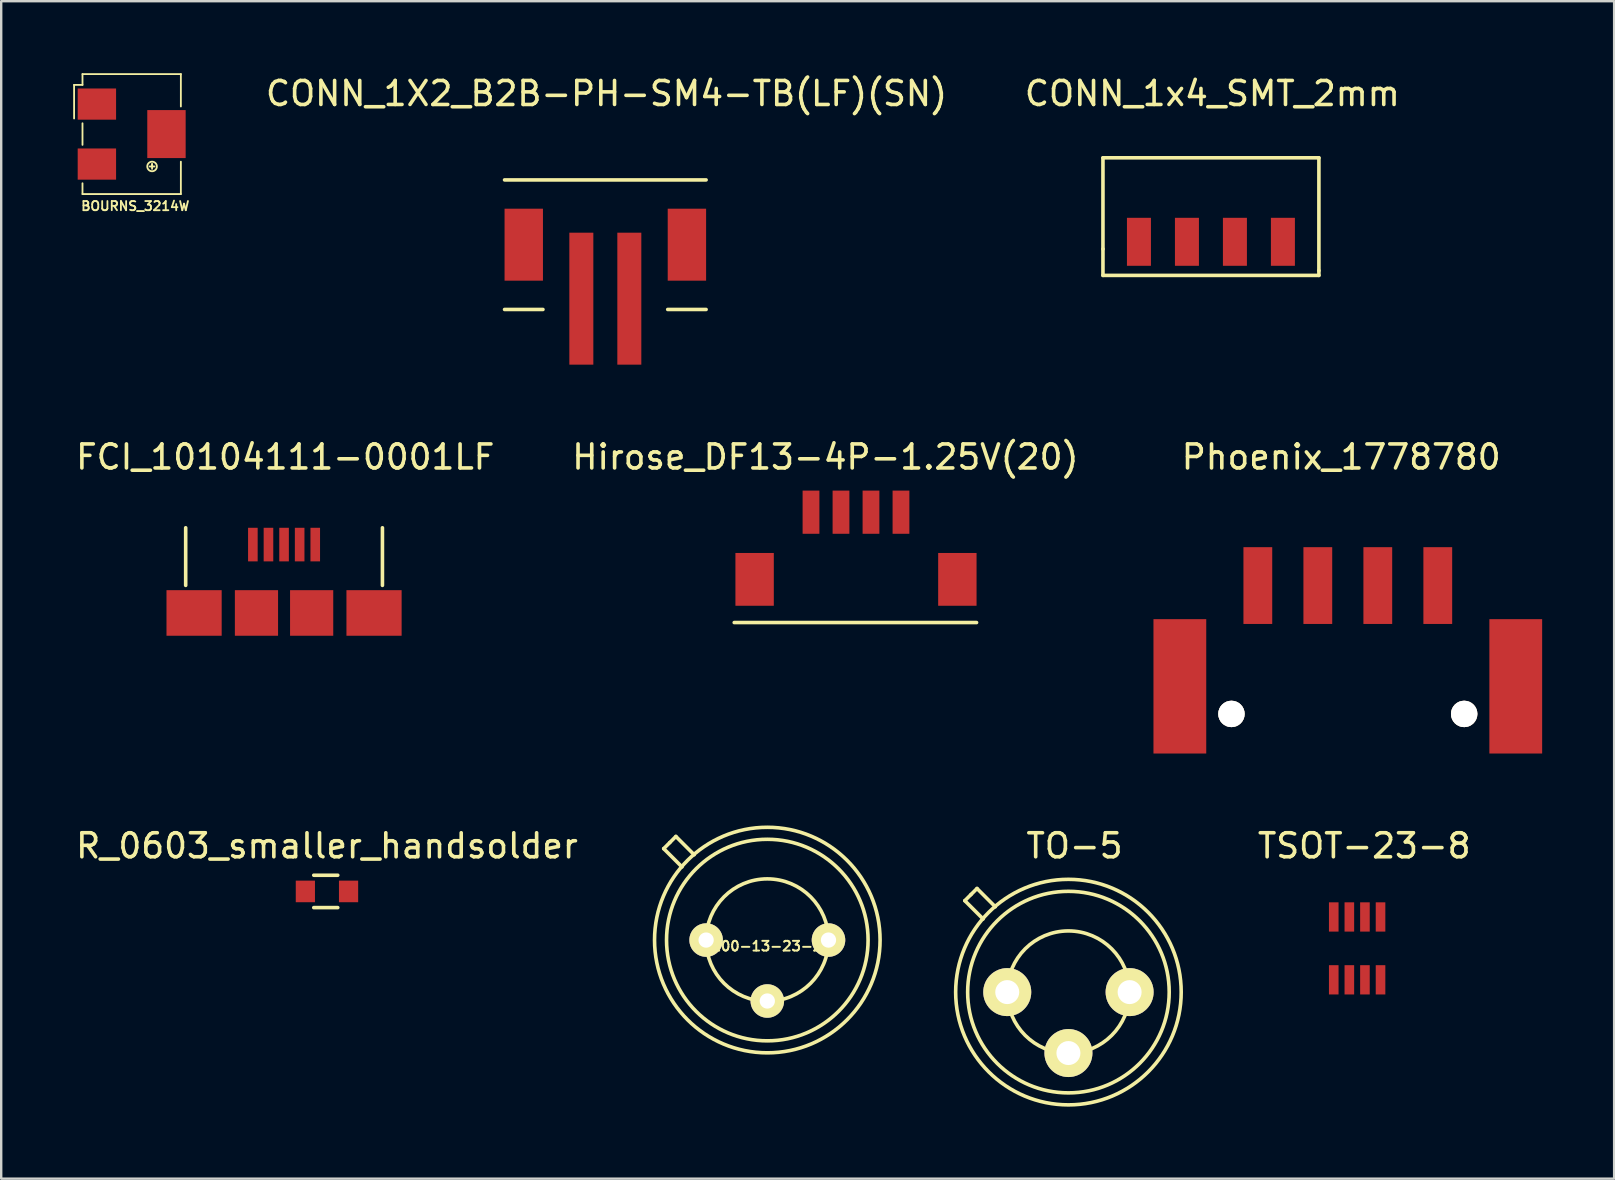
<source format=kicad_pcb>
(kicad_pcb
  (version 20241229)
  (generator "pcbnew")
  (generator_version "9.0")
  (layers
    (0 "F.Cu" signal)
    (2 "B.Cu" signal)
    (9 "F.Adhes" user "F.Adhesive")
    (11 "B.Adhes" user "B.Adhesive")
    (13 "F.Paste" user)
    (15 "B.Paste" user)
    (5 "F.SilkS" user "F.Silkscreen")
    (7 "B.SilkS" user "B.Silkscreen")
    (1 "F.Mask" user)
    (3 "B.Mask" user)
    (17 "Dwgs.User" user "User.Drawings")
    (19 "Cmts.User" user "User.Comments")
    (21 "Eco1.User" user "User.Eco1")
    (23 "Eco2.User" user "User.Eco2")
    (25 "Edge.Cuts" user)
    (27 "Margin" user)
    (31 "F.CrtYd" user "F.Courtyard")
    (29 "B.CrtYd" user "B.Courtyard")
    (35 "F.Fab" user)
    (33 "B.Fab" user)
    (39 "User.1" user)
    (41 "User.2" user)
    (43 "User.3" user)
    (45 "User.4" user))
  (footprint "CONN_1X2_B2B-PH-SM4-TB(LF)(SN)"
    (layer "F.Cu")
    (at 18.779 3.348)
    (property "Reference" "CONN_1X2_B2B-PH-SM4-TB(LF)(SN)" (at 3.45 -2.5 0) (layer "F.SilkS") (effects (font (size 1 1) (thickness 0.15))))
    (attr through_hole)
    (fp_line (start -0.8 1.1) (end 7.6 1.1) (stroke (width 0.15) (type solid)) (layer "F.SilkS"))
    (fp_line (start -0.8 6.5) (end 0.8 6.5) (stroke (width 0.15) (type solid)) (layer "F.SilkS"))
    (fp_line (start 6 6.5) (end 7.6 6.5) (stroke (width 0.15) (type solid)) (layer "F.SilkS"))
    (pad "" smd rect (at 0 3.8) (size 1.6 3) (layers "F.Cu" "F.Mask" "F.Paste"))
    (pad "" smd rect (at 6.8 3.8) (size 1.6 3) (layers "F.Cu" "F.Mask" "F.Paste"))
    (pad "1" smd rect (at 2.4 6.05) (size 1 5.5) (layers "F.Cu" "F.Mask" "F.Paste"))
    (pad "2" smd rect (at 4.4 6.05) (size 1 5.5) (layers "F.Cu" "F.Mask" "F.Paste")))
  (footprint "Hirose_DF13-4P-1.25V(20)"
    (layer "F.Cu")
    (at 30.751 16.297)
    (property "Reference" "Hirose_DF13-4P-1.25V(20)" (at 0.6 -0.3 0) (layer "F.SilkS") (effects (font (size 1 1) (thickness 0.15))))
    (attr through_hole)
    (fp_line (start -3.2 6.6) (end 6.9 6.6) (stroke (width 0.15) (type solid)) (layer "F.SilkS"))
    (pad "" smd rect (at -2.35 4.8) (size 1.6 2.2) (layers "F.Cu" "F.Mask" "F.Paste"))
    (pad "" smd rect (at 6.1 4.8) (size 1.6 2.2) (layers "F.Cu" "F.Mask" "F.Paste"))
    (pad "1" smd rect (at 0 2) (size 0.7 1.8) (layers "F.Cu" "F.Mask" "F.Paste"))
    (pad "2" smd rect (at 1.25 2) (size 0.7 1.8) (layers "F.Cu" "F.Mask" "F.Paste"))
    (pad "3" smd rect (at 2.5 2) (size 0.7 1.8) (layers "F.Cu" "F.Mask" "F.Paste"))
    (pad "4" smd rect (at 3.75 2) (size 0.7 1.8) (layers "F.Cu" "F.Mask" "F.Paste")))
  (footprint "TO-5"
    (layer "F.Cu")
    (at 41.48 38.299)
    (property "Reference" "TO-5" (at 0.254 -6.096 0) (layer "F.SilkS") (effects (font (size 1 1) (thickness 0.15))))
    (attr through_hole)
    (fp_line (start -4.318 -3.81) (end -3.556 -3.048) (stroke (width 0.15) (type solid)) (layer "F.SilkS"))
    (fp_line (start -4.064 -4.064) (end -4.318 -3.81) (stroke (width 0.15) (type solid)) (layer "F.SilkS"))
    (fp_line (start -4.064 -4.064) (end -3.81 -4.318) (stroke (width 0.15) (type solid)) (layer "F.SilkS"))
    (fp_line (start -3.81 -4.318) (end -3.048 -3.556) (stroke (width 0.15) (type solid)) (layer "F.SilkS"))
    (fp_circle (center 0 0) (end 2.55 0) (stroke (width 0.15) (type solid)) (fill no) (layer "F.SilkS"))
    (fp_circle (center 0 0) (end 4.2 0) (stroke (width 0.15) (type solid)) (fill no) (layer "F.SilkS"))
    (fp_circle (center 0 0) (end 4.7 0) (stroke (width 0.15) (type solid)) (fill no) (layer "F.SilkS"))
    (pad "1" thru_hole circle (at -2.55 0) (size 2 2) (drill 1) (layers "*.Cu" "*.Mask" "F.SilkS"))
    (pad "2" thru_hole circle (at 0 2.54) (size 2 2) (drill 1) (layers "*.Cu" "*.Mask" "F.SilkS"))
    (pad "3" thru_hole circle (at 2.55 0) (size 2 2) (drill 1) (layers "*.Cu" "*.Mask" "F.SilkS")))
  (footprint "R_0603_smaller_handsolder"
    (layer "F.Cu")
    (at 10.577 34.103)
    (property "Reference" "R_0603_smaller_handsolder" (at 0 -1.9 0) (layer "F.SilkS") (effects (font (size 1 1) (thickness 0.15))))
    (attr smd)
    (fp_line (start -0.55 -0.675) (end 0.45 -0.675) (stroke (width 0.15) (type solid)) (layer "F.SilkS"))
    (fp_line (start 0.45 0.675) (end -0.55 0.675) (stroke (width 0.15) (type solid)) (layer "F.SilkS"))
    (pad "1" smd rect (at -0.9 0) (size 0.8 0.9) (layers "F.Cu" "F.Mask" "F.Paste"))
    (pad "2" smd rect (at 0.9 0) (size 0.8 0.9) (layers "F.Cu" "F.Mask" "F.Paste")))
  (footprint "Phoenix_1778780"
    (layer "F.Cu")
    (at 46.124 18.555)
    (property "Reference" "Phoenix_1778780" (at 6.725 -2.558 0) (layer "F.SilkS") (effects (font (size 1 1) (thickness 0.15))))
    (attr through_hole)
    (pad "" smd rect (at 0 7) (size 2.2 5.6) (layers "F.Cu" "F.Mask" "F.Paste"))
    (pad "" thru_hole circle (at 2.15 8.15) (size 1.1 1.1) (drill 1.1) (layers "*.Cu" "*.Mask" "F.SilkS"))
    (pad "" thru_hole circle (at 11.85 8.15) (size 1.1 1.1) (drill 1.1) (layers "*.Cu" "*.Mask" "F.SilkS"))
    (pad "" smd rect (at 14 7) (size 2.2 5.6) (layers "F.Cu" "F.Mask" "F.Paste"))
    (pad "1" smd rect (at 10.75 2.8) (size 1.2 3.2) (layers "F.Cu" "F.Mask" "F.Paste"))
    (pad "2" smd rect (at 8.25 2.8) (size 1.2 3.2) (layers "F.Cu" "F.Mask" "F.Paste"))
    (pad "3" smd rect (at 5.75 2.8) (size 1.2 3.2) (layers "F.Cu" "F.Mask" "F.Paste"))
    (pad "4" smd rect (at 3.25 2.8) (size 1.2 3.2) (layers "F.Cu" "F.Mask" "F.Paste")))
  (footprint "SD100-13-23-222"
    (layer "F.Cu")
    (at 28.93 36.13)
    (property "Reference" "SD100-13-23-222" (at -0.025 0.254 0) (layer "F.SilkS") (effects (font (size 0.406 0.406) (thickness 0.081))))
    (attr through_hole)
    (fp_line (start -4.318 -3.81) (end -3.556 -3.048) (stroke (width 0.15) (type solid)) (layer "F.SilkS"))
    (fp_line (start -4.064 -4.064) (end -4.318 -3.81) (stroke (width 0.15) (type solid)) (layer "F.SilkS"))
    (fp_line (start -4.064 -4.064) (end -3.81 -4.318) (stroke (width 0.15) (type solid)) (layer "F.SilkS"))
    (fp_line (start -3.81 -4.318) (end -3.048 -3.556) (stroke (width 0.15) (type solid)) (layer "F.SilkS"))
    (fp_circle (center 0 0) (end 2.55 0) (stroke (width 0.15) (type solid)) (fill no) (layer "F.SilkS"))
    (fp_circle (center 0 0) (end 4.2 0) (stroke (width 0.15) (type solid)) (fill no) (layer "F.SilkS"))
    (fp_circle (center 0 0) (end 4.7 0) (stroke (width 0.15) (type solid)) (fill no) (layer "F.SilkS"))
    (pad "1" thru_hole circle (at -2.55 0) (size 1.397 1.397) (drill 0.635) (layers "*.Cu" "*.Mask" "F.SilkS"))
    (pad "2" thru_hole circle (at 0 2.54) (size 1.397 1.397) (drill 0.635) (layers "*.Cu" "*.Mask" "F.SilkS"))
    (pad "3" thru_hole circle (at 2.55 0) (size 1.397 1.397) (drill 0.635) (layers "*.Cu" "*.Mask" "F.SilkS")))
  (footprint "TSOT-23-8"
    (layer "F.Cu")
    (at 52.338 34.557)
    (property "Reference" "TSOT-23-8" (at 1.471 -2.354 0) (layer "F.SilkS") (effects (font (size 1 1) (thickness 0.15))))
    (attr through_hole)
    (pad "1" smd rect (at 0.2 3.23) (size 0.4 1.22) (layers "F.Cu" "F.Mask" "F.Paste"))
    (pad "2" smd rect (at 0.85 3.23) (size 0.4 1.22) (layers "F.Cu" "F.Mask" "F.Paste"))
    (pad "3" smd rect (at 1.5 3.23) (size 0.4 1.22) (layers "F.Cu" "F.Mask" "F.Paste"))
    (pad "4" smd rect (at 2.15 3.23) (size 0.4 1.22) (layers "F.Cu" "F.Mask" "F.Paste"))
    (pad "5" smd rect (at 2.15 0.61) (size 0.4 1.22) (layers "F.Cu" "F.Mask" "F.Paste"))
    (pad "6" smd rect (at 1.5 0.61) (size 0.4 1.22) (layers "F.Cu" "F.Mask" "F.Paste"))
    (pad "7" smd rect (at 0.85 0.61) (size 0.4 1.22) (layers "F.Cu" "F.Mask" "F.Paste"))
    (pad "8" smd rect (at 0.2 0.61) (size 0.4 1.22) (layers "F.Cu" "F.Mask" "F.Paste")))
  (footprint "FCI_10104111-0001LF"
    (layer "F.Cu")
    (at 8.789 18.947)
    (property "Reference" "FCI_10104111-0001LF" (at 0.05 -2.95 0) (layer "F.SilkS") (effects (font (size 1 1) (thickness 0.15))))
    (attr through_hole)
    (fp_line (start -4.1 0) (end -4.1 2.4) (stroke (width 0.15) (type solid)) (layer "F.SilkS"))
    (fp_line (start 4.1 0) (end 4.1 2.4) (stroke (width 0.15) (type solid)) (layer "F.SilkS"))
    (fp_line (start -4.9 5) (end 4.9 5) (stroke (width 0.05) (type solid)) (layer "Margin"))
    (pad "1" smd rect (at -1.3 0.7) (size 0.4 1.4) (layers "F.Cu" "F.Mask" "F.Paste"))
    (pad "2" smd rect (at -0.65 0.7) (size 0.4 1.4) (layers "F.Cu" "F.Mask" "F.Paste"))
    (pad "3" smd rect (at 0 0.7) (size 0.4 1.4) (layers "F.Cu" "F.Mask" "F.Paste"))
    (pad "4" smd rect (at 0.65 0.7) (size 0.4 1.4) (layers "F.Cu" "F.Mask" "F.Paste"))
    (pad "5" smd rect (at 1.3 0.7) (size 0.4 1.4) (layers "F.Cu" "F.Mask" "F.Paste"))
    (pad "6" smd rect (at -3.75 3.55) (size 2.3 1.9) (layers "F.Cu" "F.Mask" "F.Paste"))
    (pad "6" smd rect (at -1.15 3.55) (size 1.8 1.9) (layers "F.Cu" "F.Mask" "F.Paste"))
    (pad "6" smd rect (at 1.15 3.55) (size 1.8 1.9) (layers "F.Cu" "F.Mask" "F.Paste"))
    (pad "6" smd rect (at 3.75 3.55) (size 2.3 1.9) (layers "F.Cu" "F.Mask" "F.Paste")))
  (footprint "BOURNS_3214W"
    (layer "F.Cu")
    (at 0.988 1.288)
    (property "Reference" "BOURNS_3214W" (at 1.6 4.25 0) (layer "F.SilkS") (effects (font (size 0.381 0.381) (thickness 0.076))))
    (attr through_hole)
    (fp_line (start -0.95 -0.8) (end -0.95 0.6) (stroke (width 0.076) (type solid)) (layer "F.SilkS"))
    (fp_line (start -0.6 -1.25) (end -0.6 -0.8) (stroke (width 0.076) (type solid)) (layer "F.SilkS"))
    (fp_line (start -0.6 -0.8) (end -0.95 -0.8) (stroke (width 0.076) (type solid)) (layer "F.SilkS"))
    (fp_line (start -0.6 1.7) (end -0.6 0.8) (stroke (width 0.076) (type solid)) (layer "F.SilkS"))
    (fp_line (start -0.6 3.75) (end -0.6 3.3) (stroke (width 0.076) (type solid)) (layer "F.SilkS"))
    (fp_line (start 2.2 2.6) (end 2.4 2.6) (stroke (width 0.076) (type solid)) (layer "F.SilkS"))
    (fp_line (start 2.3 2.5) (end 2.3 2.7) (stroke (width 0.076) (type solid)) (layer "F.SilkS"))
    (fp_line (start 2.3 2.6) (end 2.3 2.5) (stroke (width 0.076) (type solid)) (layer "F.SilkS"))
    (fp_line (start 3.5 -1.25) (end -0.6 -1.25) (stroke (width 0.076) (type solid)) (layer "F.SilkS"))
    (fp_line (start 3.5 -1.25) (end 3.5 0.1) (stroke (width 0.076) (type solid)) (layer "F.SilkS"))
    (fp_line (start 3.5 3.75) (end -0.6 3.75) (stroke (width 0.076) (type solid)) (layer "F.SilkS"))
    (fp_line (start 3.5 3.75) (end 3.5 2.4) (stroke (width 0.076) (type solid)) (layer "F.SilkS"))
    (fp_circle (center 2.3 2.6) (end 2.1 2.6) (stroke (width 0.076) (type solid)) (fill no) (layer "F.SilkS"))
    (pad "1" smd rect (at 0 0 180) (size 1.6 1.3) (layers "F.Cu" "F.Mask" "F.Paste"))
    (pad "2" smd rect (at 2.9 1.25 180) (size 1.6 2) (layers "F.Cu" "F.Mask" "F.Paste"))
    (pad "3" smd rect (at 0 2.5 180) (size 1.6 1.3) (layers "F.Cu" "F.Mask" "F.Paste")))
  (footprint "CONN_1x4_SMT_2mm"
    (layer "F.Cu")
    (at 47.419 2.728)
    (property "Reference" "CONN_1x4_SMT_2mm" (at 0.06 -1.88 0) (layer "F.SilkS") (effects (font (size 1 1) (thickness 0.15))))
    (attr through_hole)
    (fp_line (start -4.5 0.8) (end 4.5 0.8) (stroke (width 0.15) (type solid)) (layer "F.SilkS"))
    (fp_line (start -4.5 4.6) (end -4.5 0.8) (stroke (width 0.15) (type solid)) (layer "F.SilkS"))
    (fp_line (start -4.5 5.7) (end -4.5 4.6) (stroke (width 0.15) (type solid)) (layer "F.SilkS"))
    (fp_line (start 4.5 0.8) (end 4.5 5.5) (stroke (width 0.15) (type solid)) (layer "F.SilkS"))
    (fp_line (start 4.5 5.5) (end 4.5 5.7) (stroke (width 0.15) (type solid)) (layer "F.SilkS"))
    (fp_line (start 4.5 5.7) (end -4.5 5.7) (stroke (width 0.15) (type solid)) (layer "F.SilkS"))
    (pad "1" smd rect (at -3 4.3) (size 1 2) (layers "F.Cu" "F.Mask" "F.Paste"))
    (pad "2" smd rect (at -1 4.3) (size 1 2) (layers "F.Cu" "F.Mask" "F.Paste"))
    (pad "3" smd rect (at 1 4.3) (size 1 2) (layers "F.Cu" "F.Mask" "F.Paste"))
    (pad "4" smd rect (at 3 4.3) (size 1 2) (layers "F.Cu" "F.Mask" "F.Paste")))
  (gr_rect
    (start -3 -3)
    (end 64.224 46.074)
    (stroke (width 0.1) (type default))
    (fill no)
    (layer "Edge.Cuts")))
</source>
